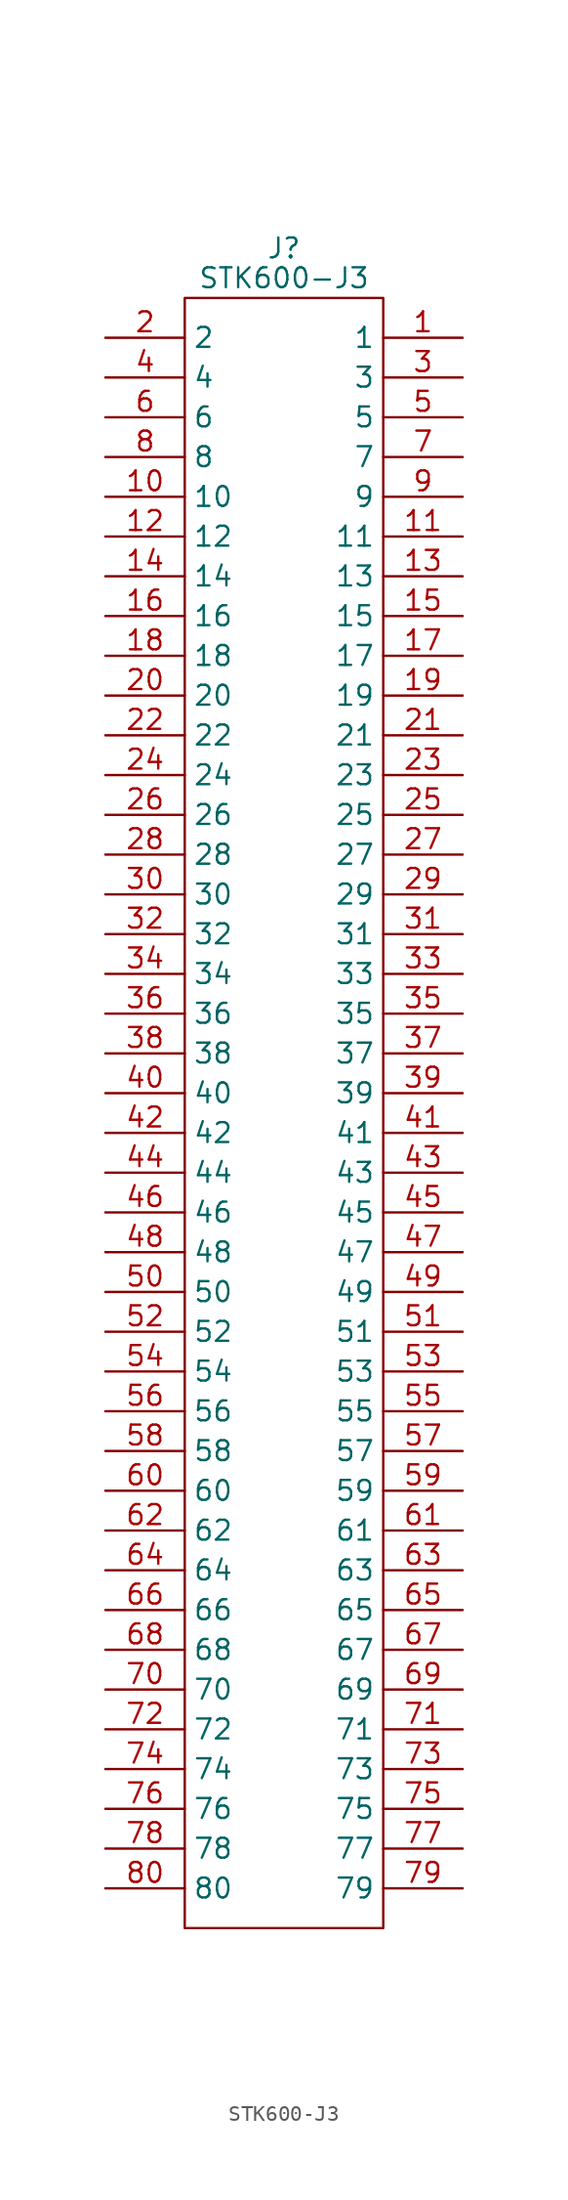
<source format=kicad_sym>
(kicad_symbol_lib
  (version 20211014)
  (generator kicad_symbol_editor)
  (symbol "STK600-J3"
    (property "Reference" "J"
      (at 0 -1.905 0)
      (effects (font (size 1.27 1.27))))
    (property "Value" "STK600-J3"
      (at 0 -3.81 0)
      (effects (font (size 1.27 1.27))))
    (symbol "STK600-J3_0_0"
      (pin passive line (at 11.43 -7.62 180) (length 5.08) (name "1" (effects (font (size 1.27 1.27)))) (number "1" (effects (font (size 1.27 1.27)))))
      (pin passive line (at -11.43 -17.78 0) (length 5.08) (name "10" (effects (font (size 1.27 1.27)))) (number "10" (effects (font (size 1.27 1.27)))))
      (pin passive line (at 11.43 -20.32 180) (length 5.08) (name "11" (effects (font (size 1.27 1.27)))) (number "11" (effects (font (size 1.27 1.27)))))
      (pin passive line (at -11.43 -20.32 0) (length 5.08) (name "12" (effects (font (size 1.27 1.27)))) (number "12" (effects (font (size 1.27 1.27)))))
      (pin passive line (at 11.43 -22.86 180) (length 5.08) (name "13" (effects (font (size 1.27 1.27)))) (number "13" (effects (font (size 1.27 1.27)))))
      (pin passive line (at -11.43 -22.86 0) (length 5.08) (name "14" (effects (font (size 1.27 1.27)))) (number "14" (effects (font (size 1.27 1.27)))))
      (pin passive line (at 11.43 -25.4 180) (length 5.08) (name "15" (effects (font (size 1.27 1.27)))) (number "15" (effects (font (size 1.27 1.27)))))
      (pin passive line (at -11.43 -25.4 0) (length 5.08) (name "16" (effects (font (size 1.27 1.27)))) (number "16" (effects (font (size 1.27 1.27)))))
      (pin passive line (at 11.43 -27.94 180) (length 5.08) (name "17" (effects (font (size 1.27 1.27)))) (number "17" (effects (font (size 1.27 1.27)))))
      (pin passive line (at -11.43 -27.94 0) (length 5.08) (name "18" (effects (font (size 1.27 1.27)))) (number "18" (effects (font (size 1.27 1.27)))))
      (pin passive line (at 11.43 -30.48 180) (length 5.08) (name "19" (effects (font (size 1.27 1.27)))) (number "19" (effects (font (size 1.27 1.27)))))
      (pin passive line (at -11.43 -7.62 0) (length 5.08) (name "2" (effects (font (size 1.27 1.27)))) (number "2" (effects (font (size 1.27 1.27)))))
      (pin passive line (at -11.43 -30.48 0) (length 5.08) (name "20" (effects (font (size 1.27 1.27)))) (number "20" (effects (font (size 1.27 1.27)))))
      (pin passive line (at 11.43 -33.02 180) (length 5.08) (name "21" (effects (font (size 1.27 1.27)))) (number "21" (effects (font (size 1.27 1.27)))))
      (pin passive line (at -11.43 -33.02 0) (length 5.08) (name "22" (effects (font (size 1.27 1.27)))) (number "22" (effects (font (size 1.27 1.27)))))
      (pin passive line (at 11.43 -35.56 180) (length 5.08) (name "23" (effects (font (size 1.27 1.27)))) (number "23" (effects (font (size 1.27 1.27)))))
      (pin passive line (at -11.43 -35.56 0) (length 5.08) (name "24" (effects (font (size 1.27 1.27)))) (number "24" (effects (font (size 1.27 1.27)))))
      (pin passive line (at 11.43 -38.1 180) (length 5.08) (name "25" (effects (font (size 1.27 1.27)))) (number "25" (effects (font (size 1.27 1.27)))))
      (pin passive line (at -11.43 -38.1 0) (length 5.08) (name "26" (effects (font (size 1.27 1.27)))) (number "26" (effects (font (size 1.27 1.27)))))
      (pin passive line (at 11.43 -40.64 180) (length 5.08) (name "27" (effects (font (size 1.27 1.27)))) (number "27" (effects (font (size 1.27 1.27)))))
      (pin passive line (at -11.43 -40.64 0) (length 5.08) (name "28" (effects (font (size 1.27 1.27)))) (number "28" (effects (font (size 1.27 1.27)))))
      (pin passive line (at 11.43 -43.18 180) (length 5.08) (name "29" (effects (font (size 1.27 1.27)))) (number "29" (effects (font (size 1.27 1.27)))))
      (pin passive line (at 11.43 -10.16 180) (length 5.08) (name "3" (effects (font (size 1.27 1.27)))) (number "3" (effects (font (size 1.27 1.27)))))
      (pin passive line (at -11.43 -43.18 0) (length 5.08) (name "30" (effects (font (size 1.27 1.27)))) (number "30" (effects (font (size 1.27 1.27)))))
      (pin passive line (at 11.43 -45.72 180) (length 5.08) (name "31" (effects (font (size 1.27 1.27)))) (number "31" (effects (font (size 1.27 1.27)))))
      (pin passive line (at -11.43 -45.72 0) (length 5.08) (name "32" (effects (font (size 1.27 1.27)))) (number "32" (effects (font (size 1.27 1.27)))))
      (pin passive line (at 11.43 -48.26 180) (length 5.08) (name "33" (effects (font (size 1.27 1.27)))) (number "33" (effects (font (size 1.27 1.27)))))
      (pin passive line (at -11.43 -48.26 0) (length 5.08) (name "34" (effects (font (size 1.27 1.27)))) (number "34" (effects (font (size 1.27 1.27)))))
      (pin passive line (at 11.43 -50.8 180) (length 5.08) (name "35" (effects (font (size 1.27 1.27)))) (number "35" (effects (font (size 1.27 1.27)))))
      (pin passive line (at -11.43 -50.8 0) (length 5.08) (name "36" (effects (font (size 1.27 1.27)))) (number "36" (effects (font (size 1.27 1.27)))))
      (pin passive line (at 11.43 -53.34 180) (length 5.08) (name "37" (effects (font (size 1.27 1.27)))) (number "37" (effects (font (size 1.27 1.27)))))
      (pin passive line (at -11.43 -53.34 0) (length 5.08) (name "38" (effects (font (size 1.27 1.27)))) (number "38" (effects (font (size 1.27 1.27)))))
      (pin passive line (at 11.43 -55.88 180) (length 5.08) (name "39" (effects (font (size 1.27 1.27)))) (number "39" (effects (font (size 1.27 1.27)))))
      (pin passive line (at -11.43 -10.16 0) (length 5.08) (name "4" (effects (font (size 1.27 1.27)))) (number "4" (effects (font (size 1.27 1.27)))))
      (pin passive line (at -11.43 -55.88 0) (length 5.08) (name "40" (effects (font (size 1.27 1.27)))) (number "40" (effects (font (size 1.27 1.27)))))
      (pin passive line (at 11.43 -58.42 180) (length 5.08) (name "41" (effects (font (size 1.27 1.27)))) (number "41" (effects (font (size 1.27 1.27)))))
      (pin passive line (at -11.43 -58.42 0) (length 5.08) (name "42" (effects (font (size 1.27 1.27)))) (number "42" (effects (font (size 1.27 1.27)))))
      (pin passive line (at 11.43 -60.96 180) (length 5.08) (name "43" (effects (font (size 1.27 1.27)))) (number "43" (effects (font (size 1.27 1.27)))))
      (pin passive line (at -11.43 -60.96 0) (length 5.08) (name "44" (effects (font (size 1.27 1.27)))) (number "44" (effects (font (size 1.27 1.27)))))
      (pin passive line (at 11.43 -63.5 180) (length 5.08) (name "45" (effects (font (size 1.27 1.27)))) (number "45" (effects (font (size 1.27 1.27)))))
      (pin passive line (at -11.43 -63.5 0) (length 5.08) (name "46" (effects (font (size 1.27 1.27)))) (number "46" (effects (font (size 1.27 1.27)))))
      (pin passive line (at 11.43 -66.04 180) (length 5.08) (name "47" (effects (font (size 1.27 1.27)))) (number "47" (effects (font (size 1.27 1.27)))))
      (pin passive line (at -11.43 -66.04 0) (length 5.08) (name "48" (effects (font (size 1.27 1.27)))) (number "48" (effects (font (size 1.27 1.27)))))
      (pin passive line (at 11.43 -68.58 180) (length 5.08) (name "49" (effects (font (size 1.27 1.27)))) (number "49" (effects (font (size 1.27 1.27)))))
      (pin passive line (at 11.43 -12.7 180) (length 5.08) (name "5" (effects (font (size 1.27 1.27)))) (number "5" (effects (font (size 1.27 1.27)))))
      (pin passive line (at -11.43 -68.58 0) (length 5.08) (name "50" (effects (font (size 1.27 1.27)))) (number "50" (effects (font (size 1.27 1.27)))))
      (pin passive line (at 11.43 -71.12 180) (length 5.08) (name "51" (effects (font (size 1.27 1.27)))) (number "51" (effects (font (size 1.27 1.27)))))
      (pin passive line (at -11.43 -71.12 0) (length 5.08) (name "52" (effects (font (size 1.27 1.27)))) (number "52" (effects (font (size 1.27 1.27)))))
      (pin passive line (at 11.43 -73.66 180) (length 5.08) (name "53" (effects (font (size 1.27 1.27)))) (number "53" (effects (font (size 1.27 1.27)))))
      (pin passive line (at -11.43 -73.66 0) (length 5.08) (name "54" (effects (font (size 1.27 1.27)))) (number "54" (effects (font (size 1.27 1.27)))))
      (pin passive line (at 11.43 -76.2 180) (length 5.08) (name "55" (effects (font (size 1.27 1.27)))) (number "55" (effects (font (size 1.27 1.27)))))
      (pin passive line (at -11.43 -76.2 0) (length 5.08) (name "56" (effects (font (size 1.27 1.27)))) (number "56" (effects (font (size 1.27 1.27)))))
      (pin passive line (at 11.43 -78.74 180) (length 5.08) (name "57" (effects (font (size 1.27 1.27)))) (number "57" (effects (font (size 1.27 1.27)))))
      (pin passive line (at -11.43 -78.74 0) (length 5.08) (name "58" (effects (font (size 1.27 1.27)))) (number "58" (effects (font (size 1.27 1.27)))))
      (pin passive line (at 11.43 -81.28 180) (length 5.08) (name "59" (effects (font (size 1.27 1.27)))) (number "59" (effects (font (size 1.27 1.27)))))
      (pin passive line (at -11.43 -12.7 0) (length 5.08) (name "6" (effects (font (size 1.27 1.27)))) (number "6" (effects (font (size 1.27 1.27)))))
      (pin passive line (at -11.43 -81.28 0) (length 5.08) (name "60" (effects (font (size 1.27 1.27)))) (number "60" (effects (font (size 1.27 1.27)))))
      (pin passive line (at 11.43 -83.82 180) (length 5.08) (name "61" (effects (font (size 1.27 1.27)))) (number "61" (effects (font (size 1.27 1.27)))))
      (pin passive line (at -11.43 -83.82 0) (length 5.08) (name "62" (effects (font (size 1.27 1.27)))) (number "62" (effects (font (size 1.27 1.27)))))
      (pin passive line (at 11.43 -86.36 180) (length 5.08) (name "63" (effects (font (size 1.27 1.27)))) (number "63" (effects (font (size 1.27 1.27)))))
      (pin passive line (at -11.43 -86.36 0) (length 5.08) (name "64" (effects (font (size 1.27 1.27)))) (number "64" (effects (font (size 1.27 1.27)))))
      (pin passive line (at 11.43 -88.9 180) (length 5.08) (name "65" (effects (font (size 1.27 1.27)))) (number "65" (effects (font (size 1.27 1.27)))))
      (pin passive line (at -11.43 -88.9 0) (length 5.08) (name "66" (effects (font (size 1.27 1.27)))) (number "66" (effects (font (size 1.27 1.27)))))
      (pin passive line (at 11.43 -91.44 180) (length 5.08) (name "67" (effects (font (size 1.27 1.27)))) (number "67" (effects (font (size 1.27 1.27)))))
      (pin passive line (at -11.43 -91.44 0) (length 5.08) (name "68" (effects (font (size 1.27 1.27)))) (number "68" (effects (font (size 1.27 1.27)))))
      (pin passive line (at 11.43 -93.98 180) (length 5.08) (name "69" (effects (font (size 1.27 1.27)))) (number "69" (effects (font (size 1.27 1.27)))))
      (pin passive line (at 11.43 -15.24 180) (length 5.08) (name "7" (effects (font (size 1.27 1.27)))) (number "7" (effects (font (size 1.27 1.27)))))
      (pin passive line (at -11.43 -93.98 0) (length 5.08) (name "70" (effects (font (size 1.27 1.27)))) (number "70" (effects (font (size 1.27 1.27)))))
      (pin passive line (at 11.43 -96.52 180) (length 5.08) (name "71" (effects (font (size 1.27 1.27)))) (number "71" (effects (font (size 1.27 1.27)))))
      (pin passive line (at -11.43 -96.52 0) (length 5.08) (name "72" (effects (font (size 1.27 1.27)))) (number "72" (effects (font (size 1.27 1.27)))))
      (pin passive line (at 11.43 -99.06 180) (length 5.08) (name "73" (effects (font (size 1.27 1.27)))) (number "73" (effects (font (size 1.27 1.27)))))
      (pin passive line (at -11.43 -99.06 0) (length 5.08) (name "74" (effects (font (size 1.27 1.27)))) (number "74" (effects (font (size 1.27 1.27)))))
      (pin passive line (at 11.43 -101.6 180) (length 5.08) (name "75" (effects (font (size 1.27 1.27)))) (number "75" (effects (font (size 1.27 1.27)))))
      (pin passive line (at -11.43 -101.6 0) (length 5.08) (name "76" (effects (font (size 1.27 1.27)))) (number "76" (effects (font (size 1.27 1.27)))))
      (pin passive line (at 11.43 -104.14 180) (length 5.08) (name "77" (effects (font (size 1.27 1.27)))) (number "77" (effects (font (size 1.27 1.27)))))
      (pin passive line (at -11.43 -104.14 0) (length 5.08) (name "78" (effects (font (size 1.27 1.27)))) (number "78" (effects (font (size 1.27 1.27)))))
      (pin passive line (at 11.43 -106.68 180) (length 5.08) (name "79" (effects (font (size 1.27 1.27)))) (number "79" (effects (font (size 1.27 1.27)))))
      (pin passive line (at -11.43 -15.24 0) (length 5.08) (name "8" (effects (font (size 1.27 1.27)))) (number "8" (effects (font (size 1.27 1.27)))))
      (pin passive line (at -11.43 -106.68 0) (length 5.08) (name "80" (effects (font (size 1.27 1.27)))) (number "80" (effects (font (size 1.27 1.27)))))
      (pin passive line (at 11.43 -17.78 180) (length 5.08) (name "9" (effects (font (size 1.27 1.27)))) (number "9" (effects (font (size 1.27 1.27))))))
    (symbol "STK600-J3_0_1"
      (polyline (pts (xy -6.35 -5.08) (xy 6.35 -5.08) (xy 6.35 -109.22) (xy -6.35 -109.22) (xy -6.35 -5.08)) (stroke (width 0.152) (type default) (color 0 0 0 0)) (fill (type none))))))
</source>
